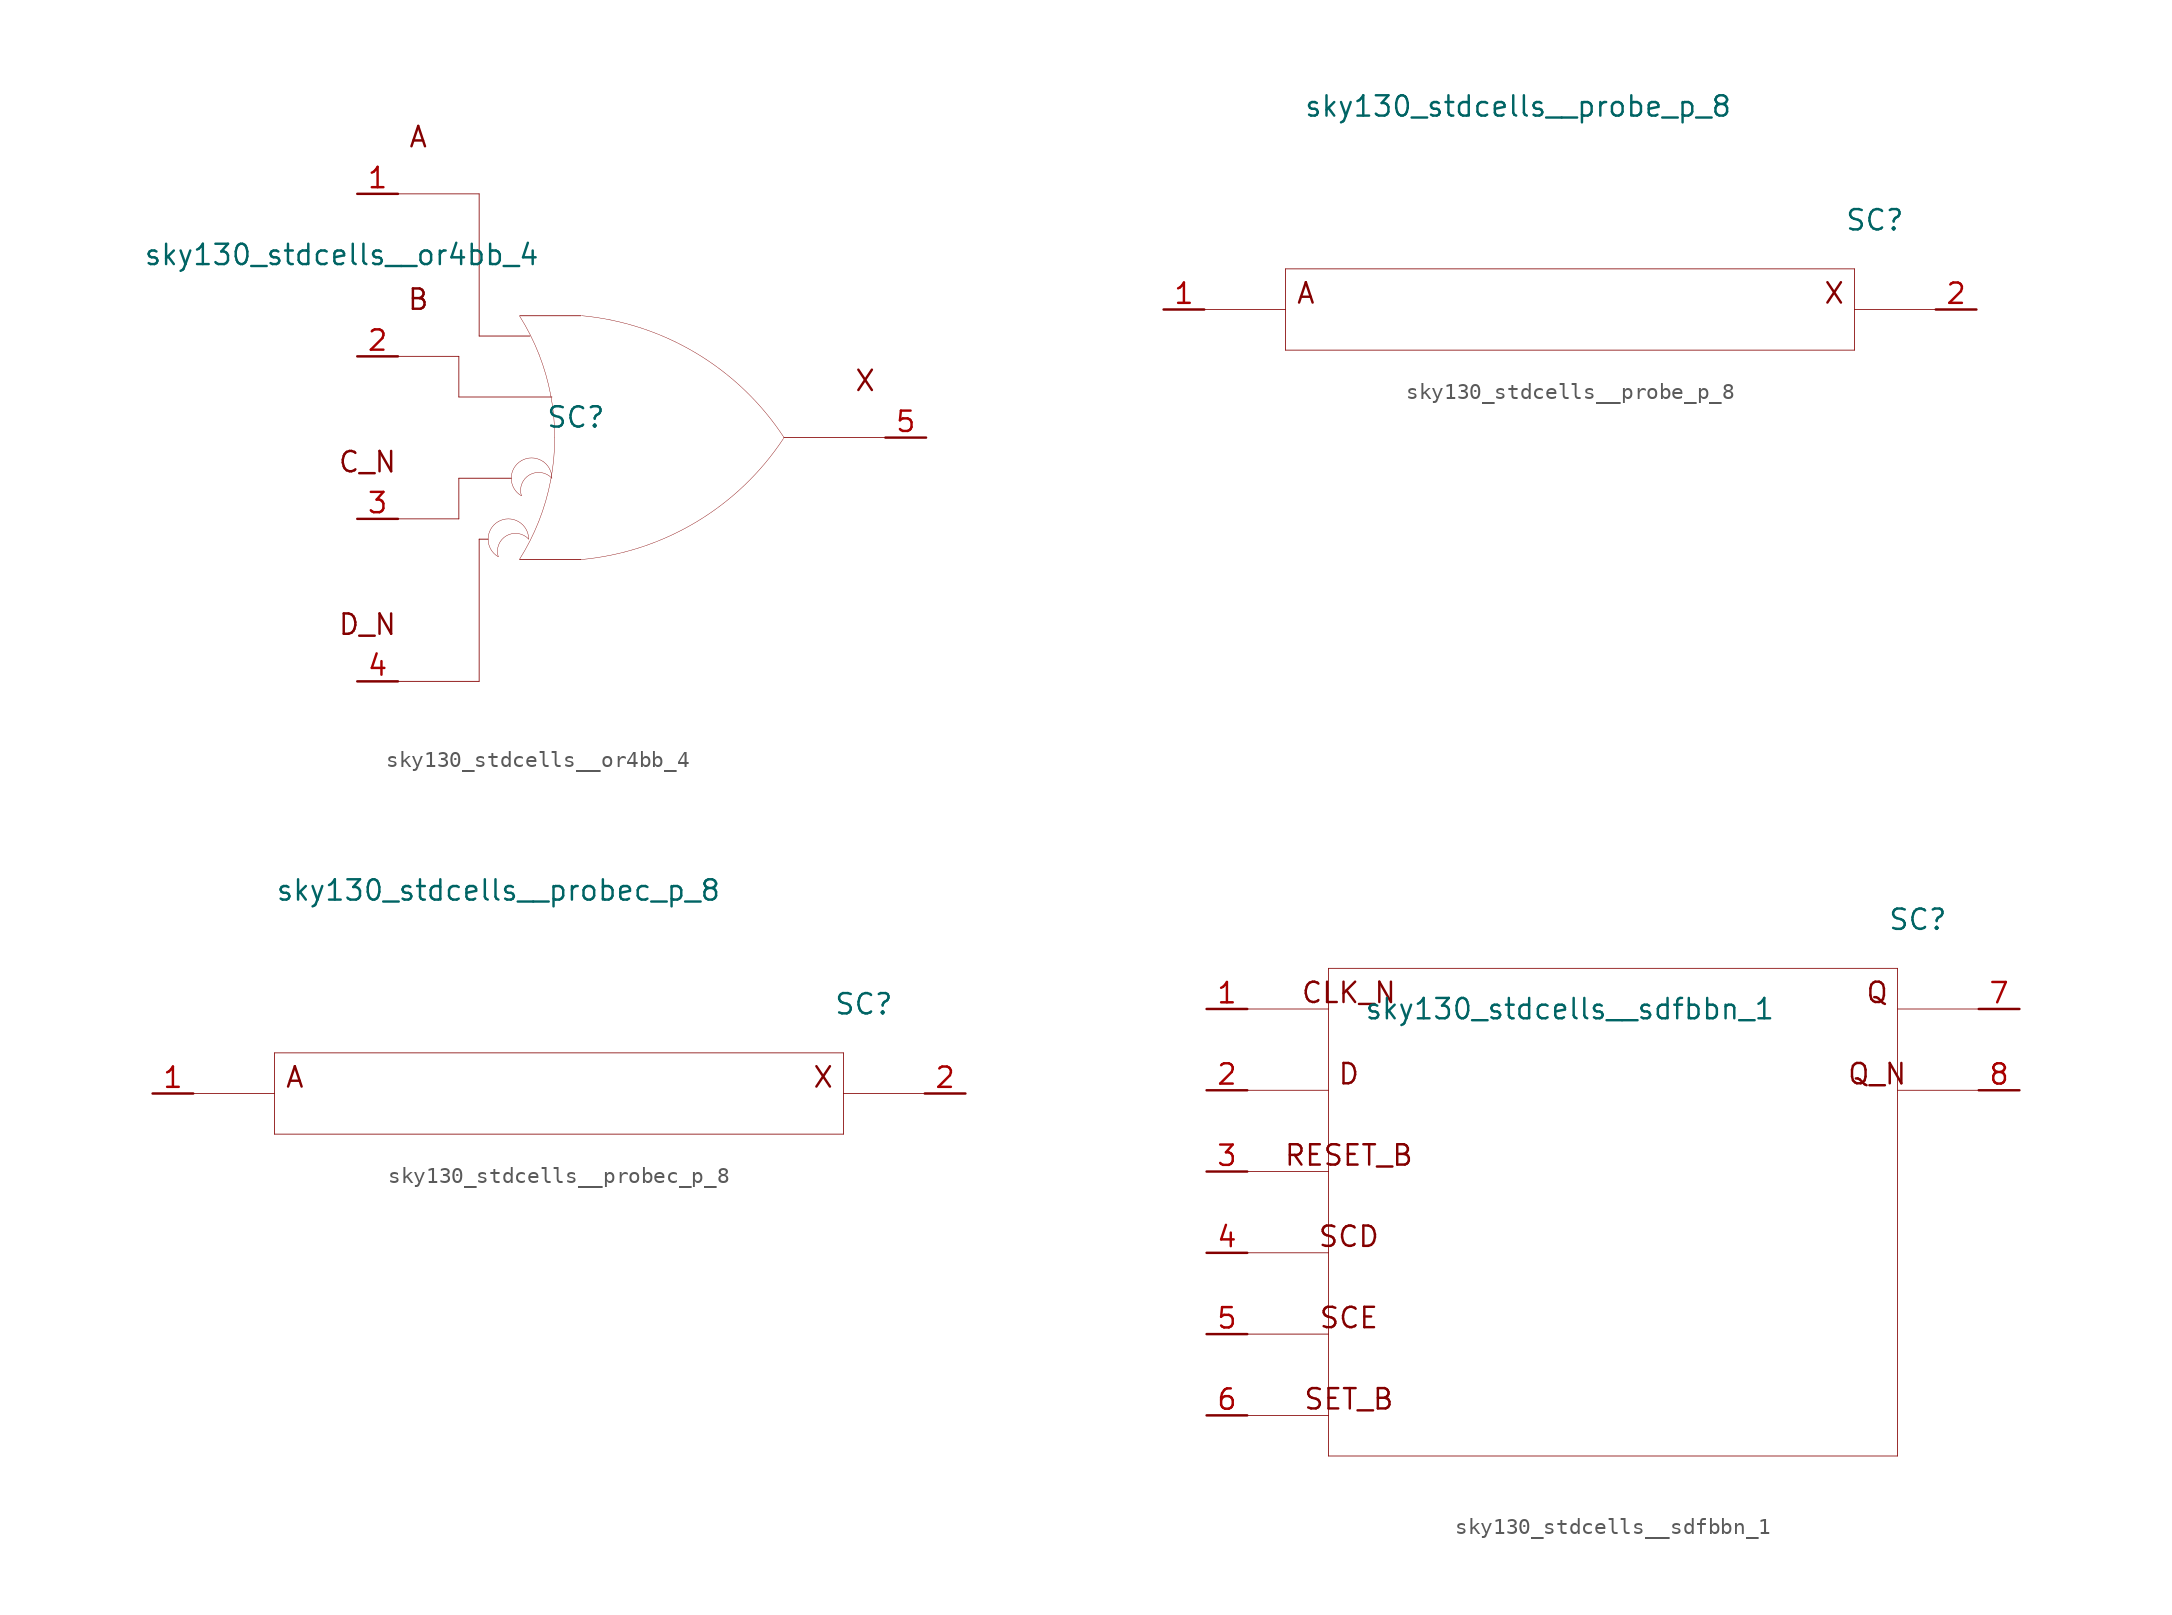
<source format=kicad_sym>
(kicad_symbol_lib
  (version 20211014)
  (generator kicad_symbol_editor)
  (symbol "sky130_stdcells__or4bb_4"
    (pin_names hide)
    (property "Reference" "SC"
      (at -4.115 1.27 0)
      (effects (font (size 1.27 1.27))))
    (property "Value" "sky130_stdcells__or4bb_4"
      (at -6.35 11.43 0)
      (effects (font (size 1.27 1.27)) (justify right)))
    (symbol "sky130_stdcells__or4bb_4_0_0"
      (arc (start -8.9662 -5.2501) (mid -9.6012 -6.35) (end -8.9662 -7.4499) (stroke (width 0.0254) (type default) (color 0 0 0 0)) (fill (type none)))
      (arc (start -7.6405 -7.6142) (mid -6.983 -6.458) (end -6.4362 -5.2456) (stroke (width 0.0254) (type default) (color 0 0 0 0)) (fill (type none)))
      (arc (start -7.5184 -1.4401) (mid -8.1534 -2.54) (end -7.5184 -3.6399) (stroke (width 0.0254) (type default) (color 0 0 0 0)) (fill (type none)))
      (arc (start -7.0612 -6.35) (mid -8.9181 -5.8757) (end -8.9662 -7.4499) (stroke (width 0.0254) (type default) (color 0 0 0 0)) (fill (type none)))
      (arc (start -7.0612 -6.35) (mid -7.6962 -5.2502) (end -8.9662 -5.2501) (stroke (width 0.0254) (type default) (color 0 0 0 0)) (fill (type none)))
      (arc (start -6.4362 -5.2456) (mid -6.0013 -3.9755) (end -5.688 -2.6701) (stroke (width 0.0254) (type default) (color 0 0 0 0)) (fill (type none)))
      (arc (start -6.418 5.1993) (mid -6.9662 6.4248) (end -7.6273 7.5932) (stroke (width 0.0254) (type default) (color 0 0 0 0)) (fill (type none)))
      (arc (start -5.688 -2.6701) (mid -5.4988 -1.341) (end -5.4356 0) (stroke (width 0.0254) (type default) (color 0 0 0 0)) (fill (type none)))
      (arc (start -5.6834 2.6456) (mid -5.9911 3.9396) (end -6.418 5.1993) (stroke (width 0.0254) (type default) (color 0 0 0 0)) (fill (type none)))
      (arc (start -5.6134 -2.54) (mid -7.4703 -2.0657) (end -7.5184 -3.6399) (stroke (width 0.0254) (type default) (color 0 0 0 0)) (fill (type none)))
      (arc (start -5.6134 -2.54) (mid -6.2484 -1.4402) (end -7.5184 -1.4401) (stroke (width 0.0254) (type default) (color 0 0 0 0)) (fill (type none)))
      (arc (start -5.4356 0) (mid -5.4977 1.3286) (end -5.6834 2.6456) (stroke (width 0.0254) (type default) (color 0 0 0 0)) (fill (type none)))
      (arc (start -3.8212 -7.6288) (mid 3.3927 -5.2884) (end 8.8734 -0.0463) (stroke (width 0.0254) (type default) (color 0 0 0 0)) (fill (type none)))
      (polyline (pts (xy -15.24 -15.24) (xy -10.16 -15.24)) (stroke (width 0.051) (type default) (color 0 0 0 0)) (fill (type none)))
      (polyline (pts (xy -15.24 -5.08) (xy -11.43 -5.08)) (stroke (width 0.051) (type default) (color 0 0 0 0)) (fill (type none)))
      (polyline (pts (xy -15.24 5.08) (xy -11.43 5.08)) (stroke (width 0.051) (type default) (color 0 0 0 0)) (fill (type none)))
      (polyline (pts (xy -15.24 15.24) (xy -10.16 15.24)) (stroke (width 0.051) (type default) (color 0 0 0 0)) (fill (type none)))
      (polyline (pts (xy -11.43 -2.54) (xy -11.43 -5.08)) (stroke (width 0.051) (type default) (color 0 0 0 0)) (fill (type none)))
      (polyline (pts (xy -11.43 -2.54) (xy -8.153 -2.54)) (stroke (width 0.051) (type default) (color 0 0 0 0)) (fill (type none)))
      (polyline (pts (xy -11.43 2.54) (xy -5.613 2.54)) (stroke (width 0.051) (type default) (color 0 0 0 0)) (fill (type none)))
      (polyline (pts (xy -11.43 5.08) (xy -11.43 2.54)) (stroke (width 0.051) (type default) (color 0 0 0 0)) (fill (type none)))
      (polyline (pts (xy -10.16 -6.35) (xy -10.16 -15.24)) (stroke (width 0.051) (type default) (color 0 0 0 0)) (fill (type none)))
      (polyline (pts (xy -10.16 -6.35) (xy -9.601 -6.35)) (stroke (width 0.051) (type default) (color 0 0 0 0)) (fill (type none)))
      (polyline (pts (xy -10.16 6.35) (xy -6.985 6.35)) (stroke (width 0.051) (type default) (color 0 0 0 0)) (fill (type none)))
      (polyline (pts (xy -10.16 15.24) (xy -10.16 6.35)) (stroke (width 0.051) (type default) (color 0 0 0 0)) (fill (type none)))
      (polyline (pts (xy -7.62 -7.62) (xy -3.81 -7.62)) (stroke (width 0.051) (type default) (color 0 0 0 0)) (fill (type none)))
      (polyline (pts (xy -7.62 7.62) (xy -3.81 7.62)) (stroke (width 0.051) (type default) (color 0 0 0 0)) (fill (type none)))
      (polyline (pts (xy 8.89 0) (xy 15.24 0)) (stroke (width 0.051) (type default) (color 0 0 0 0)) (fill (type none)))
      (arc (start 8.9061 -0.0034) (mid 3.4437 5.2578) (end -3.762 7.6234) (stroke (width 0.0254) (type default) (color 0 0 0 0)) (fill (type none)))
      (text "A" (at -13.97 18.796 0) (effects (font (size 1.27 1.27))))
      (text "B" (at -13.97 8.636 0) (effects (font (size 1.27 1.27))))
      (text "C_N" (at -17.145 -1.524 0) (effects (font (size 1.27 1.27))))
      (text "D_N" (at -17.145 -11.684 0) (effects (font (size 1.27 1.27))))
      (text "X" (at 13.97 3.556 0) (effects (font (size 1.27 1.27)))))
    (symbol "sky130_stdcells__or4bb_4_1_1"
      (pin input line (at -17.78 15.24 0) (length 2.54) (name "A" (effects (font (size 1.092 1.092)))) (number "1" (effects (font (size 1.27 1.27)))))
      (pin input line (at -17.78 5.08 0) (length 2.54) (name "B" (effects (font (size 1.092 1.092)))) (number "2" (effects (font (size 1.27 1.27)))))
      (pin input line (at -17.78 -5.08 0) (length 2.54) (name "C_N" (effects (font (size 1.092 1.092)))) (number "3" (effects (font (size 1.27 1.27)))))
      (pin input line (at -17.78 -15.24 0) (length 2.54) (name "D_N" (effects (font (size 1.092 1.092)))) (number "4" (effects (font (size 1.27 1.27)))))
      (pin output line (at 17.78 0 180) (length 2.54) (name "X" (effects (font (size 1.092 1.092)))) (number "5" (effects (font (size 1.27 1.27)))))))
  (symbol "sky130_stdcells__probe_p_8"
    (pin_names hide)
    (property "Reference" "SC"
      (at 19.05 5.588 0)
      (effects (font (size 1.27 1.27))))
    (property "Value" "sky130_stdcells__probe_p_8"
      (at 10.16 12.7 0)
      (effects (font (size 1.27 1.27)) (justify right)))
    (symbol "sky130_stdcells__probe_p_8_0_0"
      (polyline (pts (xy -22.86 0) (xy -17.78 0)) (stroke (width 0.051) (type default) (color 0 0 0 0)) (fill (type none)))
      (polyline (pts (xy -17.78 -2.54) (xy 17.78 -2.54)) (stroke (width 0.051) (type default) (color 0 0 0 0)) (fill (type none)))
      (polyline (pts (xy -17.78 2.54) (xy -17.78 -2.54)) (stroke (width 0.051) (type default) (color 0 0 0 0)) (fill (type none)))
      (polyline (pts (xy -17.78 2.54) (xy 17.78 2.54)) (stroke (width 0.051) (type default) (color 0 0 0 0)) (fill (type none)))
      (polyline (pts (xy 17.78 0) (xy 22.86 0)) (stroke (width 0.051) (type default) (color 0 0 0 0)) (fill (type none)))
      (polyline (pts (xy 17.78 2.54) (xy 17.78 -2.54)) (stroke (width 0.051) (type default) (color 0 0 0 0)) (fill (type none)))
      (text "A" (at -16.51 1.016 0) (effects (font (size 1.27 1.27))))
      (text "X" (at 16.51 1.016 0) (effects (font (size 1.27 1.27)))))
    (symbol "sky130_stdcells__probe_p_8_1_1"
      (pin input line (at -25.4 0 0) (length 2.54) (name "A" (effects (font (size 1.092 1.092)))) (number "1" (effects (font (size 1.27 1.27)))))
      (pin output line (at 25.4 0 180) (length 2.54) (name "X" (effects (font (size 1.092 1.092)))) (number "2" (effects (font (size 1.27 1.27)))))))
  (symbol "sky130_stdcells__probec_p_8"
    (pin_names hide)
    (property "Reference" "SC"
      (at 19.05 5.588 0)
      (effects (font (size 1.27 1.27))))
    (property "Value" "sky130_stdcells__probec_p_8"
      (at 10.16 12.7 0)
      (effects (font (size 1.27 1.27)) (justify right)))
    (symbol "sky130_stdcells__probec_p_8_0_0"
      (polyline (pts (xy -22.86 0) (xy -17.78 0)) (stroke (width 0.051) (type default) (color 0 0 0 0)) (fill (type none)))
      (polyline (pts (xy -17.78 -2.54) (xy 17.78 -2.54)) (stroke (width 0.051) (type default) (color 0 0 0 0)) (fill (type none)))
      (polyline (pts (xy -17.78 2.54) (xy -17.78 -2.54)) (stroke (width 0.051) (type default) (color 0 0 0 0)) (fill (type none)))
      (polyline (pts (xy -17.78 2.54) (xy 17.78 2.54)) (stroke (width 0.051) (type default) (color 0 0 0 0)) (fill (type none)))
      (polyline (pts (xy 17.78 0) (xy 22.86 0)) (stroke (width 0.051) (type default) (color 0 0 0 0)) (fill (type none)))
      (polyline (pts (xy 17.78 2.54) (xy 17.78 -2.54)) (stroke (width 0.051) (type default) (color 0 0 0 0)) (fill (type none)))
      (text "A" (at -16.51 1.016 0) (effects (font (size 1.27 1.27))))
      (text "X" (at 16.51 1.016 0) (effects (font (size 1.27 1.27)))))
    (symbol "sky130_stdcells__probec_p_8_1_1"
      (pin input line (at -25.4 0 0) (length 2.54) (name "A" (effects (font (size 1.092 1.092)))) (number "1" (effects (font (size 1.27 1.27)))))
      (pin output line (at 25.4 0 180) (length 2.54) (name "X" (effects (font (size 1.092 1.092)))) (number "2" (effects (font (size 1.27 1.27)))))))
  (symbol "sky130_stdcells__sdfbbn_1"
    (pin_names hide)
    (property "Reference" "SC"
      (at 19.05 18.288 0)
      (effects (font (size 1.27 1.27))))
    (property "Value" "sky130_stdcells__sdfbbn_1"
      (at 10.16 12.7 0)
      (effects (font (size 1.27 1.27)) (justify right)))
    (symbol "sky130_stdcells__sdfbbn_1_0_0"
      (polyline (pts (xy -22.86 -12.7) (xy -17.78 -12.7)) (stroke (width 0.051) (type default) (color 0 0 0 0)) (fill (type none)))
      (polyline (pts (xy -22.86 -7.62) (xy -17.78 -7.62)) (stroke (width 0.051) (type default) (color 0 0 0 0)) (fill (type none)))
      (polyline (pts (xy -22.86 -2.54) (xy -17.78 -2.54)) (stroke (width 0.051) (type default) (color 0 0 0 0)) (fill (type none)))
      (polyline (pts (xy -22.86 2.54) (xy -17.78 2.54)) (stroke (width 0.051) (type default) (color 0 0 0 0)) (fill (type none)))
      (polyline (pts (xy -22.86 7.62) (xy -17.78 7.62)) (stroke (width 0.051) (type default) (color 0 0 0 0)) (fill (type none)))
      (polyline (pts (xy -22.86 12.7) (xy -17.78 12.7)) (stroke (width 0.051) (type default) (color 0 0 0 0)) (fill (type none)))
      (polyline (pts (xy -17.78 -15.24) (xy 17.78 -15.24)) (stroke (width 0.051) (type default) (color 0 0 0 0)) (fill (type none)))
      (polyline (pts (xy -17.78 15.24) (xy -17.78 -15.24)) (stroke (width 0.051) (type default) (color 0 0 0 0)) (fill (type none)))
      (polyline (pts (xy -17.78 15.24) (xy 17.78 15.24)) (stroke (width 0.051) (type default) (color 0 0 0 0)) (fill (type none)))
      (polyline (pts (xy 17.78 7.62) (xy 22.86 7.62)) (stroke (width 0.051) (type default) (color 0 0 0 0)) (fill (type none)))
      (polyline (pts (xy 17.78 12.7) (xy 22.86 12.7)) (stroke (width 0.051) (type default) (color 0 0 0 0)) (fill (type none)))
      (polyline (pts (xy 17.78 15.24) (xy 17.78 -15.24)) (stroke (width 0.051) (type default) (color 0 0 0 0)) (fill (type none)))
      (text "CLK_N" (at -16.51 13.716 0) (effects (font (size 1.27 1.27))))
      (text "D" (at -16.51 8.636 0) (effects (font (size 1.27 1.27))))
      (text "Q" (at 16.51 13.716 0) (effects (font (size 1.27 1.27))))
      (text "Q_N" (at 16.51 8.636 0) (effects (font (size 1.27 1.27))))
      (text "RESET_B" (at -16.51 3.556 0) (effects (font (size 1.27 1.27))))
      (text "SCD" (at -16.51 -1.524 0) (effects (font (size 1.27 1.27))))
      (text "SCE" (at -16.51 -6.604 0) (effects (font (size 1.27 1.27))))
      (text "SET_B" (at -16.51 -11.684 0) (effects (font (size 1.27 1.27)))))
    (symbol "sky130_stdcells__sdfbbn_1_1_1"
      (pin input line (at -25.4 12.7 0) (length 2.54) (name "CLK_N" (effects (font (size 1.092 1.092)))) (number "1" (effects (font (size 1.27 1.27)))))
      (pin input line (at -25.4 7.62 0) (length 2.54) (name "D" (effects (font (size 1.092 1.092)))) (number "2" (effects (font (size 1.27 1.27)))))
      (pin input line (at -25.4 2.54 0) (length 2.54) (name "RESET_B" (effects (font (size 1.092 1.092)))) (number "3" (effects (font (size 1.27 1.27)))))
      (pin input line (at -25.4 -2.54 0) (length 2.54) (name "SCD" (effects (font (size 1.092 1.092)))) (number "4" (effects (font (size 1.27 1.27)))))
      (pin input line (at -25.4 -7.62 0) (length 2.54) (name "SCE" (effects (font (size 1.092 1.092)))) (number "5" (effects (font (size 1.27 1.27)))))
      (pin input line (at -25.4 -12.7 0) (length 2.54) (name "SET_B" (effects (font (size 1.092 1.092)))) (number "6" (effects (font (size 1.27 1.27)))))
      (pin output line (at 25.4 12.7 180) (length 2.54) (name "Q" (effects (font (size 1.092 1.092)))) (number "7" (effects (font (size 1.27 1.27)))))
      (pin output line (at 25.4 7.62 180) (length 2.54) (name "Q_N" (effects (font (size 1.092 1.092)))) (number "8" (effects (font (size 1.27 1.27))))))))
</source>
